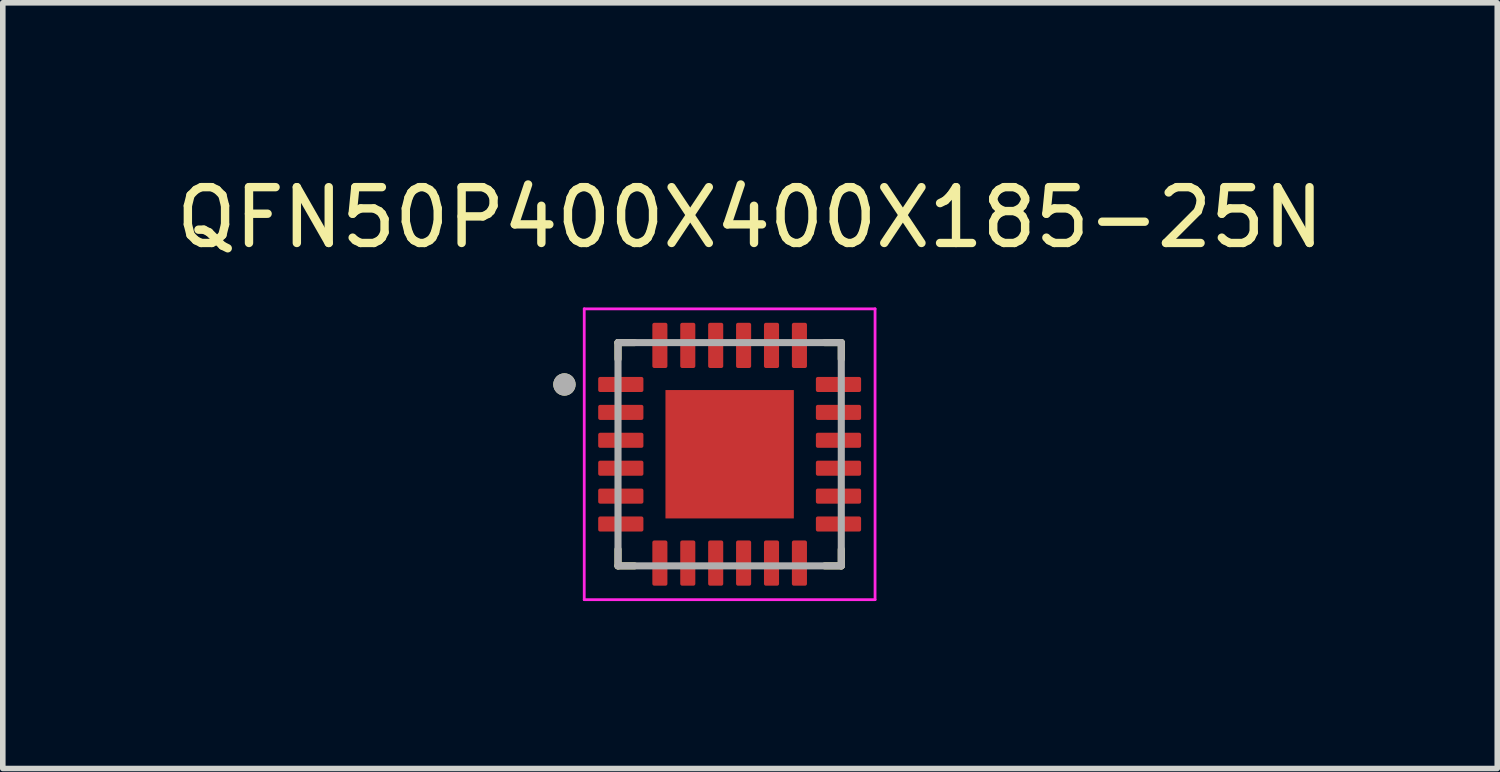
<source format=kicad_pcb>
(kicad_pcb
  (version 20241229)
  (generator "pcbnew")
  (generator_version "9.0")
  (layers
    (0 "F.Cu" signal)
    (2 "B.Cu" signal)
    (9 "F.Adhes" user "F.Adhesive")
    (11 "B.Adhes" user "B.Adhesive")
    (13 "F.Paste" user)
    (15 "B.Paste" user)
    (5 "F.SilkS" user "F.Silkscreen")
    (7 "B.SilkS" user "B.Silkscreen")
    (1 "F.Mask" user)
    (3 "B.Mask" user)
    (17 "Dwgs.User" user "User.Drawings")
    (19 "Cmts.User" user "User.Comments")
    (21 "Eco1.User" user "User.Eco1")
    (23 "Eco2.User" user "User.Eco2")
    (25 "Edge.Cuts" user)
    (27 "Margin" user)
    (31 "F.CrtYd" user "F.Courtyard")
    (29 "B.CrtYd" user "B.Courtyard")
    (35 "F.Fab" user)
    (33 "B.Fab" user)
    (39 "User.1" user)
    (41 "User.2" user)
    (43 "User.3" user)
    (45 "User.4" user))
  (footprint "QFN50P400X400X185-25N"
    (layer "F.Cu")
    (at 10.022 5.088)
    (property "Reference" "QFN50P400X400X185-25N" (at 0.365 -4.24 0) (layer "F.SilkS") (effects (font (size 1 1) (thickness 0.15))))
    (attr smd)
    (fp_line (start -2 -2) (end -2 -1.705) (stroke (width 0.127) (type solid)) (layer "F.SilkS"))
    (fp_line (start -2 -2) (end -1.705 -2) (stroke (width 0.127) (type solid)) (layer "F.SilkS"))
    (fp_line (start -2 2) (end -2 1.705) (stroke (width 0.127) (type solid)) (layer "F.SilkS"))
    (fp_line (start -2 2) (end -1.705 2) (stroke (width 0.127) (type solid)) (layer "F.SilkS"))
    (fp_line (start 2 -2) (end 1.705 -2) (stroke (width 0.127) (type solid)) (layer "F.SilkS"))
    (fp_line (start 2 -2) (end 2 -1.705) (stroke (width 0.127) (type solid)) (layer "F.SilkS"))
    (fp_line (start 2 2) (end 1.705 2) (stroke (width 0.127) (type solid)) (layer "F.SilkS"))
    (fp_line (start 2 2) (end 2 1.705) (stroke (width 0.127) (type solid)) (layer "F.SilkS"))
    (fp_circle (center -2.96 -1.25) (end -2.86 -1.25) (stroke (width 0.2) (type solid)) (fill no) (layer "F.SilkS"))
    (fp_poly (pts (xy -0.73 -0.73) (xy 0.73 -0.73) (xy 0.73 0.73) (xy -0.73 0.73)) (stroke (width 0.01) (type solid)) (fill yes) (layer "F.Paste"))
    (fp_line (start -2.605 -2.605) (end 2.605 -2.605) (stroke (width 0.05) (type solid)) (layer "F.CrtYd"))
    (fp_line (start -2.605 2.605) (end -2.605 -2.605) (stroke (width 0.05) (type solid)) (layer "F.CrtYd"))
    (fp_line (start -2.605 2.605) (end 2.605 2.605) (stroke (width 0.05) (type solid)) (layer "F.CrtYd"))
    (fp_line (start 2.605 2.605) (end 2.605 -2.605) (stroke (width 0.05) (type solid)) (layer "F.CrtYd"))
    (fp_line (start -2 2) (end -2 -2) (stroke (width 0.127) (type solid)) (layer "F.Fab"))
    (fp_line (start 2 -2) (end -2 -2) (stroke (width 0.127) (type solid)) (layer "F.Fab"))
    (fp_line (start 2 2) (end -2 2) (stroke (width 0.127) (type solid)) (layer "F.Fab"))
    (fp_line (start 2 2) (end 2 -2) (stroke (width 0.127) (type solid)) (layer "F.Fab"))
    (fp_circle (center -2.96 -1.25) (end -2.86 -1.25) (stroke (width 0.2) (type solid)) (fill no) (layer "F.Fab"))
    (pad "1" smd roundrect (at -1.95 -1.25) (size 0.81 0.27) (layers "F.Cu" "F.Mask" "F.Paste") (roundrect_rratio 0.125))
    (pad "2" smd roundrect (at -1.95 -0.75) (size 0.81 0.27) (layers "F.Cu" "F.Mask" "F.Paste") (roundrect_rratio 0.125))
    (pad "3" smd roundrect (at -1.95 -0.25) (size 0.81 0.27) (layers "F.Cu" "F.Mask" "F.Paste") (roundrect_rratio 0.125))
    (pad "4" smd roundrect (at -1.95 0.25) (size 0.81 0.27) (layers "F.Cu" "F.Mask" "F.Paste") (roundrect_rratio 0.125))
    (pad "5" smd roundrect (at -1.95 0.75) (size 0.81 0.27) (layers "F.Cu" "F.Mask" "F.Paste") (roundrect_rratio 0.125))
    (pad "6" smd roundrect (at -1.95 1.25) (size 0.81 0.27) (layers "F.Cu" "F.Mask" "F.Paste") (roundrect_rratio 0.125))
    (pad "7" smd roundrect (at -1.25 1.95) (size 0.27 0.81) (layers "F.Cu" "F.Mask" "F.Paste") (roundrect_rratio 0.125))
    (pad "8" smd roundrect (at -0.75 1.95) (size 0.27 0.81) (layers "F.Cu" "F.Mask" "F.Paste") (roundrect_rratio 0.125))
    (pad "9" smd roundrect (at -0.25 1.95) (size 0.27 0.81) (layers "F.Cu" "F.Mask" "F.Paste") (roundrect_rratio 0.125))
    (pad "10" smd roundrect (at 0.25 1.95) (size 0.27 0.81) (layers "F.Cu" "F.Mask" "F.Paste") (roundrect_rratio 0.125))
    (pad "11" smd roundrect (at 0.75 1.95) (size 0.27 0.81) (layers "F.Cu" "F.Mask" "F.Paste") (roundrect_rratio 0.125))
    (pad "12" smd roundrect (at 1.25 1.95) (size 0.27 0.81) (layers "F.Cu" "F.Mask" "F.Paste") (roundrect_rratio 0.125))
    (pad "13" smd roundrect (at 1.95 1.25) (size 0.81 0.27) (layers "F.Cu" "F.Mask" "F.Paste") (roundrect_rratio 0.125))
    (pad "14" smd roundrect (at 1.95 0.75) (size 0.81 0.27) (layers "F.Cu" "F.Mask" "F.Paste") (roundrect_rratio 0.125))
    (pad "15" smd roundrect (at 1.95 0.25) (size 0.81 0.27) (layers "F.Cu" "F.Mask" "F.Paste") (roundrect_rratio 0.125))
    (pad "16" smd roundrect (at 1.95 -0.25) (size 0.81 0.27) (layers "F.Cu" "F.Mask" "F.Paste") (roundrect_rratio 0.125))
    (pad "17" smd roundrect (at 1.95 -0.75) (size 0.81 0.27) (layers "F.Cu" "F.Mask" "F.Paste") (roundrect_rratio 0.125))
    (pad "18" smd roundrect (at 1.95 -1.25) (size 0.81 0.27) (layers "F.Cu" "F.Mask" "F.Paste") (roundrect_rratio 0.125))
    (pad "19" smd roundrect (at 1.25 -1.95) (size 0.27 0.81) (layers "F.Cu" "F.Mask" "F.Paste") (roundrect_rratio 0.125))
    (pad "20" smd roundrect (at 0.75 -1.95) (size 0.27 0.81) (layers "F.Cu" "F.Mask" "F.Paste") (roundrect_rratio 0.125))
    (pad "21" smd roundrect (at 0.25 -1.95) (size 0.27 0.81) (layers "F.Cu" "F.Mask" "F.Paste") (roundrect_rratio 0.125))
    (pad "22" smd roundrect (at -0.25 -1.95) (size 0.27 0.81) (layers "F.Cu" "F.Mask" "F.Paste") (roundrect_rratio 0.125))
    (pad "23" smd roundrect (at -0.75 -1.95) (size 0.27 0.81) (layers "F.Cu" "F.Mask" "F.Paste") (roundrect_rratio 0.125))
    (pad "24" smd roundrect (at -1.25 -1.95) (size 0.27 0.81) (layers "F.Cu" "F.Mask" "F.Paste") (roundrect_rratio 0.125))
    (pad "25" smd rect (at 0 0) (size 2.3 2.3) (layers "F.Cu" "F.Mask")))
  (gr_rect
    (start -3 -3)
    (end 23.774 10.718)
    (stroke (width 0.1) (type default))
    (fill no)
    (layer "Edge.Cuts")))
</source>
